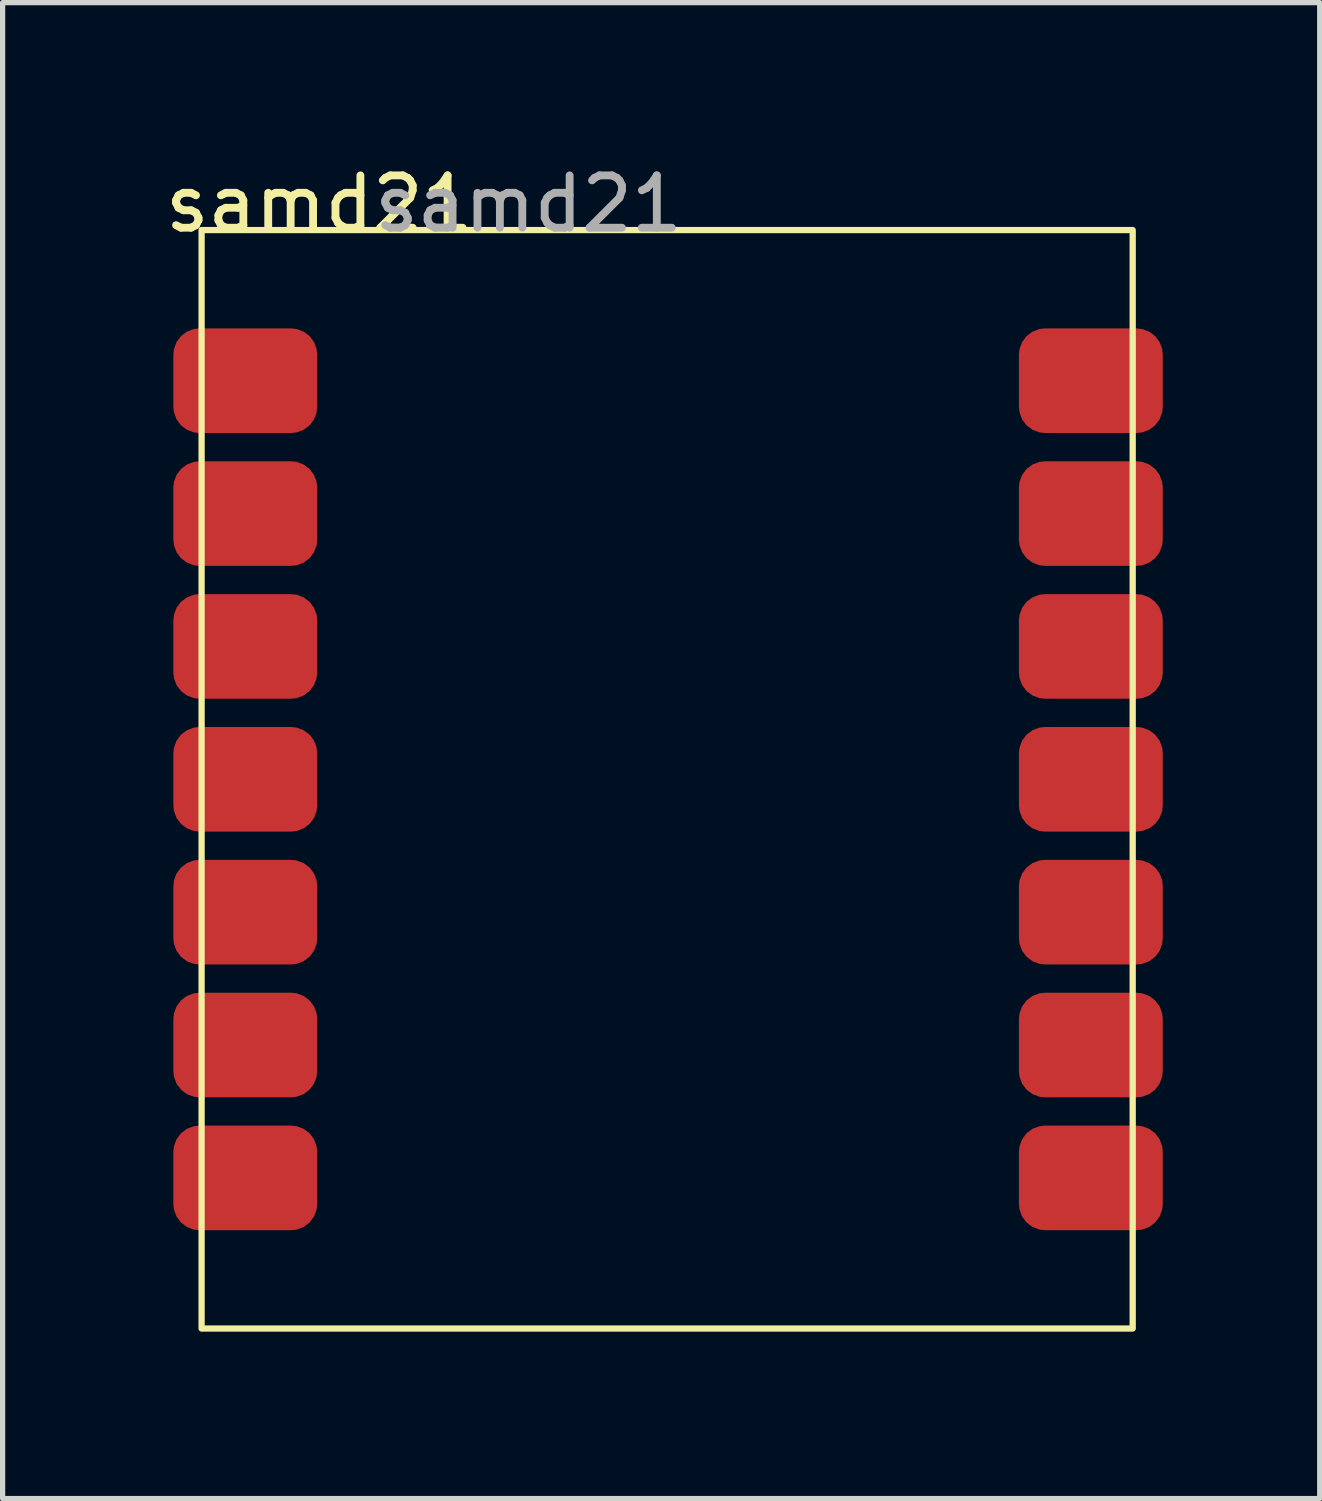
<source format=kicad_pcb>
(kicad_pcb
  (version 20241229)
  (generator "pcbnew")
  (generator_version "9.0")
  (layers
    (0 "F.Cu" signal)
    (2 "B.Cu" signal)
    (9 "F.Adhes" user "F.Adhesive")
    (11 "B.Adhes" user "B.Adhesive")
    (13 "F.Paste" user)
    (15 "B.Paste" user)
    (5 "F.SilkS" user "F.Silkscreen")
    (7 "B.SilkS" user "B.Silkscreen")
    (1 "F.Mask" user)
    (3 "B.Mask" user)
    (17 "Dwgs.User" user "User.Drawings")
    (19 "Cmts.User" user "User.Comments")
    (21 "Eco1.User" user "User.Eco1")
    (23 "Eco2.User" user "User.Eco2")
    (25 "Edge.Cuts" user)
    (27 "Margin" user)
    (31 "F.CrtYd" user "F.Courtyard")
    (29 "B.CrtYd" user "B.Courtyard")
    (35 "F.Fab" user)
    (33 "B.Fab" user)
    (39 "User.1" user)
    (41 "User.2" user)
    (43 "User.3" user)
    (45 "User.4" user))
  (footprint "samd21"
    (layer "F.Cu")
    (at 0.804 22.348)
    (property "Reference" "samd21" (at 2.25 -21.5 0) (unlocked yes) (layer "F.SilkS") (effects (font (size 1 1) (thickness 0.15))))
    (attr smd)
    (fp_rect (start 0 -21) (end 17.8 0) (stroke (width 0.12) (type solid)) (fill no) (layer "F.SilkS"))
    (fp_text user "${REFERENCE}" (at 6.25 -21.5 0) (unlocked yes) (layer "F.Fab") (effects (font (size 1 1) (thickness 0.15))))
    (pad "1" smd roundrect (at 0.835 -18.12) (size 2.75 2) (layers "F.Cu" "F.Mask" "F.Paste") (roundrect_rratio 0.25))
    (pad "2" smd roundrect (at 0.835 -15.58) (size 2.75 2) (layers "F.Cu" "F.Mask" "F.Paste") (roundrect_rratio 0.25))
    (pad "3" smd roundrect (at 0.835 -13.04) (size 2.75 2) (layers "F.Cu" "F.Mask" "F.Paste") (roundrect_rratio 0.25))
    (pad "4" smd roundrect (at 0.835 -10.5) (size 2.75 2) (layers "F.Cu" "F.Mask" "F.Paste") (roundrect_rratio 0.25))
    (pad "5" smd roundrect (at 0.835 -7.96) (size 2.75 2) (layers "F.Cu" "F.Mask" "F.Paste") (roundrect_rratio 0.25))
    (pad "6" smd roundrect (at 0.835 -5.42) (size 2.75 2) (layers "F.Cu" "F.Mask" "F.Paste") (roundrect_rratio 0.25))
    (pad "7" smd roundrect (at 0.835 -2.88) (size 2.75 2) (layers "F.Cu" "F.Mask" "F.Paste") (roundrect_rratio 0.25))
    (pad "8" smd roundrect (at 17 -2.88) (size 2.75 2) (layers "F.Cu" "F.Mask" "F.Paste") (roundrect_rratio 0.25))
    (pad "9" smd roundrect (at 17 -5.42) (size 2.75 2) (layers "F.Cu" "F.Mask" "F.Paste") (roundrect_rratio 0.25))
    (pad "10" smd roundrect (at 17 -7.96) (size 2.75 2) (layers "F.Cu" "F.Mask" "F.Paste") (roundrect_rratio 0.25))
    (pad "11" smd roundrect (at 17 -10.5) (size 2.75 2) (layers "F.Cu" "F.Mask" "F.Paste") (roundrect_rratio 0.25))
    (pad "12" smd roundrect (at 17 -13.04) (size 2.75 2) (layers "F.Cu" "F.Mask" "F.Paste") (roundrect_rratio 0.25))
    (pad "13" smd roundrect (at 17 -15.58) (size 2.75 2) (layers "F.Cu" "F.Mask" "F.Paste") (roundrect_rratio 0.25))
    (pad "14" smd roundrect (at 17 -18.12) (size 2.75 2) (layers "F.Cu" "F.Mask" "F.Paste") (roundrect_rratio 0.25)))
  (gr_rect
    (start -3 -3)
    (end 22.179 25.598)
    (stroke (width 0.1) (type default))
    (fill no)
    (layer "Edge.Cuts")))
</source>
